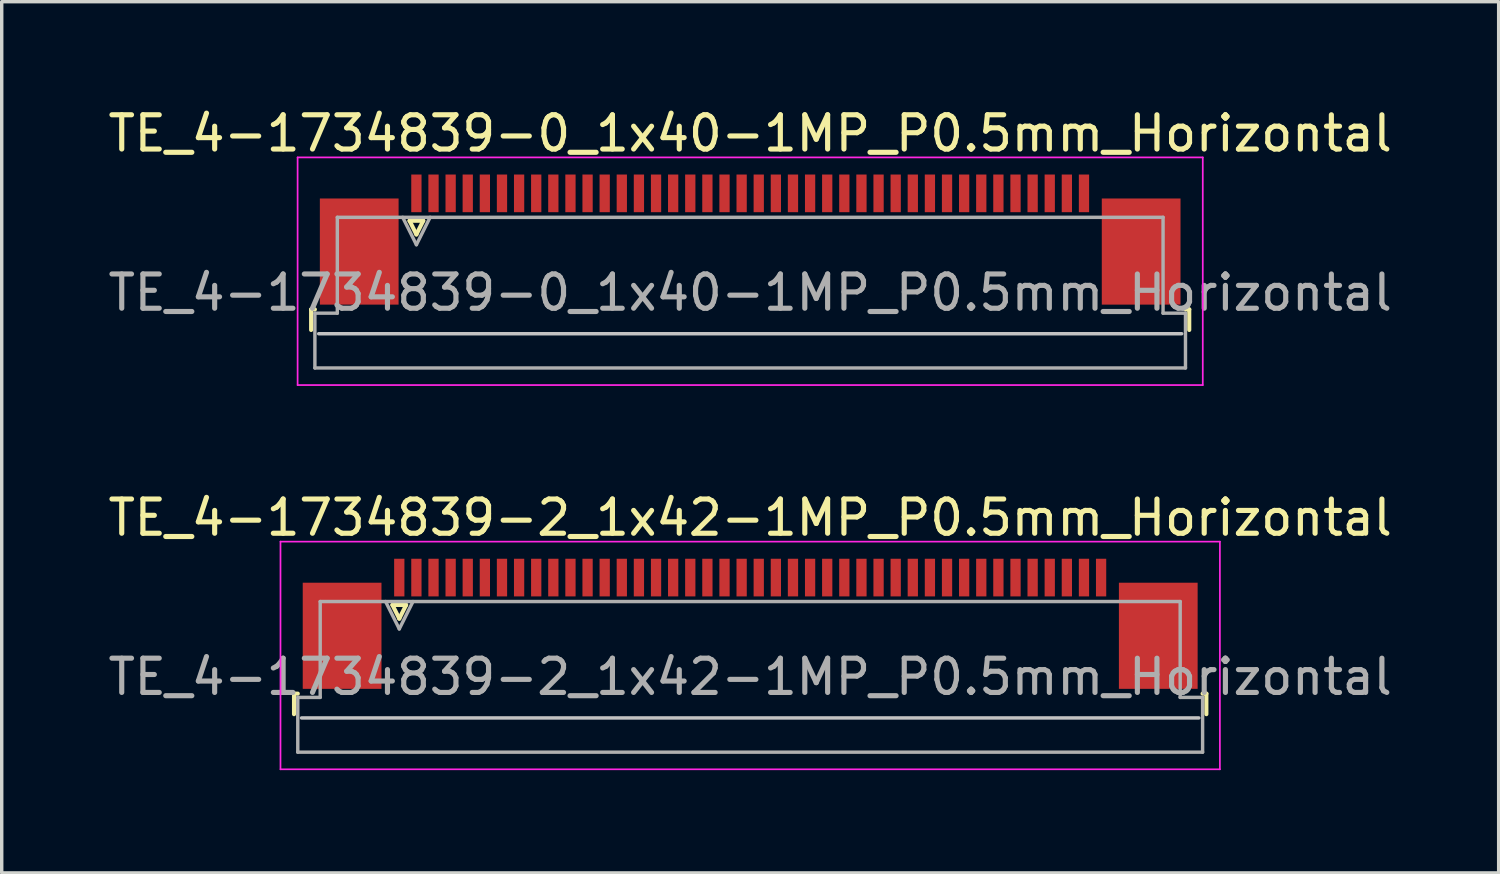
<source format=kicad_pcb>
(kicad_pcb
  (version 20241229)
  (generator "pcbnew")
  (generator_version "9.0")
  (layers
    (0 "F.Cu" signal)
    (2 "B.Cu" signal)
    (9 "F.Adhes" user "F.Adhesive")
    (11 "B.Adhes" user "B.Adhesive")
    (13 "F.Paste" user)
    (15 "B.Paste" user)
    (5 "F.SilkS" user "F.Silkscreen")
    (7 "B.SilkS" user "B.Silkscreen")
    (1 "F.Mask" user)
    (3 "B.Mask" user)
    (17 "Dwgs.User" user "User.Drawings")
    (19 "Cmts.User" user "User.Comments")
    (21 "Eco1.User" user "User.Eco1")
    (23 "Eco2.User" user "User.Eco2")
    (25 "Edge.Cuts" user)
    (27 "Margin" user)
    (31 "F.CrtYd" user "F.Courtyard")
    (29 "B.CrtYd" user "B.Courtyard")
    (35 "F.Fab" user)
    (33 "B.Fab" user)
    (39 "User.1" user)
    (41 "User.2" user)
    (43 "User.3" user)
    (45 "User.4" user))
  (footprint "TE_4-1734839-2_1x42-1MP_P0.5mm_Horizontal"
    (layer "F.Cu")
    (at 18.863 15.171)
    (property "Reference" "TE_4-1734839-2_1x42-1MP_P0.5mm_Horizontal" (at 0 -3.1 0) (layer "F.SilkS") (effects (font (size 1 1) (thickness 0.15))))
    (attr smd)
    (fp_line (start -13.325 2.04) (end -13.325 2.64) (stroke (width 0.12) (type solid)) (layer "F.SilkS"))
    (fp_line (start -13.215 2.04) (end -13.325 2.04) (stroke (width 0.12) (type solid)) (layer "F.SilkS"))
    (fp_line (start -10.45 -0.55) (end -10.25 -0.15) (stroke (width 0.12) (type solid)) (layer "F.SilkS"))
    (fp_line (start -10.25 -0.15) (end -10.05 -0.55) (stroke (width 0.12) (type solid)) (layer "F.SilkS"))
    (fp_line (start -10.05 -0.55) (end -10.45 -0.55) (stroke (width 0.12) (type solid)) (layer "F.SilkS"))
    (fp_line (start 13.215 2.04) (end 13.325 2.04) (stroke (width 0.12) (type solid)) (layer "F.SilkS"))
    (fp_line (start 13.325 2.04) (end 13.325 2.64) (stroke (width 0.12) (type solid)) (layer "F.SilkS"))
    (fp_line (start 13.105 2.75) (end -13.105 2.75) (stroke (width 0.1) (type solid)) (layer "Dwgs.User"))
    (fp_line (start -13.72 -2.4) (end -13.72 4.25) (stroke (width 0.05) (type solid)) (layer "F.CrtYd"))
    (fp_line (start -13.72 4.25) (end 13.72 4.25) (stroke (width 0.05) (type solid)) (layer "F.CrtYd"))
    (fp_line (start 13.72 -2.4) (end -13.72 -2.4) (stroke (width 0.05) (type solid)) (layer "F.CrtYd"))
    (fp_line (start 13.72 4.25) (end 13.72 -2.4) (stroke (width 0.05) (type solid)) (layer "F.CrtYd"))
    (fp_line (start -13.215 2.15) (end -12.56 2.15) (stroke (width 0.1) (type solid)) (layer "F.Fab"))
    (fp_line (start -13.215 3.75) (end -13.215 2.15) (stroke (width 0.1) (type solid)) (layer "F.Fab"))
    (fp_line (start -12.56 -0.65) (end 12.56 -0.65) (stroke (width 0.1) (type solid)) (layer "F.Fab"))
    (fp_line (start -12.56 2.15) (end -12.56 -0.65) (stroke (width 0.1) (type solid)) (layer "F.Fab"))
    (fp_line (start -10.65 -0.65) (end -10.25 0.15) (stroke (width 0.1) (type solid)) (layer "F.Fab"))
    (fp_line (start -10.25 0.15) (end -9.85 -0.65) (stroke (width 0.1) (type solid)) (layer "F.Fab"))
    (fp_line (start 12.56 -0.65) (end 12.56 2.15) (stroke (width 0.1) (type solid)) (layer "F.Fab"))
    (fp_line (start 12.56 2.15) (end 13.215 2.15) (stroke (width 0.1) (type solid)) (layer "F.Fab"))
    (fp_line (start 13.215 2.15) (end 13.215 3.75) (stroke (width 0.1) (type solid)) (layer "F.Fab"))
    (fp_line (start 13.215 3.75) (end -13.215 3.75) (stroke (width 0.1) (type solid)) (layer "F.Fab"))
    (fp_text user "${REFERENCE}" (at 0 1.55 0) (layer "F.Fab") (effects (font (size 1 1) (thickness 0.15))))
    (pad "1" smd rect (at -10.25 -1.35) (size 0.3 1.1) (layers "F.Cu" "F.Mask" "F.Paste"))
    (pad "2" smd rect (at -9.75 -1.35) (size 0.3 1.1) (layers "F.Cu" "F.Mask" "F.Paste"))
    (pad "3" smd rect (at -9.25 -1.35) (size 0.3 1.1) (layers "F.Cu" "F.Mask" "F.Paste"))
    (pad "4" smd rect (at -8.75 -1.35) (size 0.3 1.1) (layers "F.Cu" "F.Mask" "F.Paste"))
    (pad "5" smd rect (at -8.25 -1.35) (size 0.3 1.1) (layers "F.Cu" "F.Mask" "F.Paste"))
    (pad "6" smd rect (at -7.75 -1.35) (size 0.3 1.1) (layers "F.Cu" "F.Mask" "F.Paste"))
    (pad "7" smd rect (at -7.25 -1.35) (size 0.3 1.1) (layers "F.Cu" "F.Mask" "F.Paste"))
    (pad "8" smd rect (at -6.75 -1.35) (size 0.3 1.1) (layers "F.Cu" "F.Mask" "F.Paste"))
    (pad "9" smd rect (at -6.25 -1.35) (size 0.3 1.1) (layers "F.Cu" "F.Mask" "F.Paste"))
    (pad "10" smd rect (at -5.75 -1.35) (size 0.3 1.1) (layers "F.Cu" "F.Mask" "F.Paste"))
    (pad "11" smd rect (at -5.25 -1.35) (size 0.3 1.1) (layers "F.Cu" "F.Mask" "F.Paste"))
    (pad "12" smd rect (at -4.75 -1.35) (size 0.3 1.1) (layers "F.Cu" "F.Mask" "F.Paste"))
    (pad "13" smd rect (at -4.25 -1.35) (size 0.3 1.1) (layers "F.Cu" "F.Mask" "F.Paste"))
    (pad "14" smd rect (at -3.75 -1.35) (size 0.3 1.1) (layers "F.Cu" "F.Mask" "F.Paste"))
    (pad "15" smd rect (at -3.25 -1.35) (size 0.3 1.1) (layers "F.Cu" "F.Mask" "F.Paste"))
    (pad "16" smd rect (at -2.75 -1.35) (size 0.3 1.1) (layers "F.Cu" "F.Mask" "F.Paste"))
    (pad "17" smd rect (at -2.25 -1.35) (size 0.3 1.1) (layers "F.Cu" "F.Mask" "F.Paste"))
    (pad "18" smd rect (at -1.75 -1.35) (size 0.3 1.1) (layers "F.Cu" "F.Mask" "F.Paste"))
    (pad "19" smd rect (at -1.25 -1.35) (size 0.3 1.1) (layers "F.Cu" "F.Mask" "F.Paste"))
    (pad "20" smd rect (at -0.75 -1.35) (size 0.3 1.1) (layers "F.Cu" "F.Mask" "F.Paste"))
    (pad "21" smd rect (at -0.25 -1.35) (size 0.3 1.1) (layers "F.Cu" "F.Mask" "F.Paste"))
    (pad "22" smd rect (at 0.25 -1.35) (size 0.3 1.1) (layers "F.Cu" "F.Mask" "F.Paste"))
    (pad "23" smd rect (at 0.75 -1.35) (size 0.3 1.1) (layers "F.Cu" "F.Mask" "F.Paste"))
    (pad "24" smd rect (at 1.25 -1.35) (size 0.3 1.1) (layers "F.Cu" "F.Mask" "F.Paste"))
    (pad "25" smd rect (at 1.75 -1.35) (size 0.3 1.1) (layers "F.Cu" "F.Mask" "F.Paste"))
    (pad "26" smd rect (at 2.25 -1.35) (size 0.3 1.1) (layers "F.Cu" "F.Mask" "F.Paste"))
    (pad "27" smd rect (at 2.75 -1.35) (size 0.3 1.1) (layers "F.Cu" "F.Mask" "F.Paste"))
    (pad "28" smd rect (at 3.25 -1.35) (size 0.3 1.1) (layers "F.Cu" "F.Mask" "F.Paste"))
    (pad "29" smd rect (at 3.75 -1.35) (size 0.3 1.1) (layers "F.Cu" "F.Mask" "F.Paste"))
    (pad "30" smd rect (at 4.25 -1.35) (size 0.3 1.1) (layers "F.Cu" "F.Mask" "F.Paste"))
    (pad "31" smd rect (at 4.75 -1.35) (size 0.3 1.1) (layers "F.Cu" "F.Mask" "F.Paste"))
    (pad "32" smd rect (at 5.25 -1.35) (size 0.3 1.1) (layers "F.Cu" "F.Mask" "F.Paste"))
    (pad "33" smd rect (at 5.75 -1.35) (size 0.3 1.1) (layers "F.Cu" "F.Mask" "F.Paste"))
    (pad "34" smd rect (at 6.25 -1.35) (size 0.3 1.1) (layers "F.Cu" "F.Mask" "F.Paste"))
    (pad "35" smd rect (at 6.75 -1.35) (size 0.3 1.1) (layers "F.Cu" "F.Mask" "F.Paste"))
    (pad "36" smd rect (at 7.25 -1.35) (size 0.3 1.1) (layers "F.Cu" "F.Mask" "F.Paste"))
    (pad "37" smd rect (at 7.75 -1.35) (size 0.3 1.1) (layers "F.Cu" "F.Mask" "F.Paste"))
    (pad "38" smd rect (at 8.25 -1.35) (size 0.3 1.1) (layers "F.Cu" "F.Mask" "F.Paste"))
    (pad "39" smd rect (at 8.75 -1.35) (size 0.3 1.1) (layers "F.Cu" "F.Mask" "F.Paste"))
    (pad "40" smd rect (at 9.25 -1.35) (size 0.3 1.1) (layers "F.Cu" "F.Mask" "F.Paste"))
    (pad "41" smd rect (at 9.75 -1.35) (size 0.3 1.1) (layers "F.Cu" "F.Mask" "F.Paste"))
    (pad "42" smd rect (at 10.25 -1.35) (size 0.3 1.1) (layers "F.Cu" "F.Mask" "F.Paste"))
    (pad "MP" smd rect (at -11.92 0.35) (size 2.3 3.1) (layers "F.Cu" "F.Mask" "F.Paste"))
    (pad "MP" smd rect (at 11.92 0.35) (size 2.3 3.1) (layers "F.Cu" "F.Mask" "F.Paste")))
  (footprint "TE_4-1734839-0_1x40-1MP_P0.5mm_Horizontal"
    (layer "F.Cu")
    (at 18.863 3.948)
    (property "Reference" "TE_4-1734839-0_1x40-1MP_P0.5mm_Horizontal" (at 0 -3.1 0) (layer "F.SilkS") (effects (font (size 1 1) (thickness 0.15))))
    (attr smd)
    (fp_line (start -12.825 2.04) (end -12.825 2.64) (stroke (width 0.12) (type solid)) (layer "F.SilkS"))
    (fp_line (start -12.715 2.04) (end -12.825 2.04) (stroke (width 0.12) (type solid)) (layer "F.SilkS"))
    (fp_line (start -9.95 -0.55) (end -9.75 -0.15) (stroke (width 0.12) (type solid)) (layer "F.SilkS"))
    (fp_line (start -9.75 -0.15) (end -9.55 -0.55) (stroke (width 0.12) (type solid)) (layer "F.SilkS"))
    (fp_line (start -9.55 -0.55) (end -9.95 -0.55) (stroke (width 0.12) (type solid)) (layer "F.SilkS"))
    (fp_line (start 12.715 2.04) (end 12.825 2.04) (stroke (width 0.12) (type solid)) (layer "F.SilkS"))
    (fp_line (start 12.825 2.04) (end 12.825 2.64) (stroke (width 0.12) (type solid)) (layer "F.SilkS"))
    (fp_line (start 12.605 2.75) (end -12.605 2.75) (stroke (width 0.1) (type solid)) (layer "Dwgs.User"))
    (fp_line (start -13.22 -2.4) (end -13.22 4.25) (stroke (width 0.05) (type solid)) (layer "F.CrtYd"))
    (fp_line (start -13.22 4.25) (end 13.22 4.25) (stroke (width 0.05) (type solid)) (layer "F.CrtYd"))
    (fp_line (start 13.22 -2.4) (end -13.22 -2.4) (stroke (width 0.05) (type solid)) (layer "F.CrtYd"))
    (fp_line (start 13.22 4.25) (end 13.22 -2.4) (stroke (width 0.05) (type solid)) (layer "F.CrtYd"))
    (fp_line (start -12.715 2.15) (end -12.06 2.15) (stroke (width 0.1) (type solid)) (layer "F.Fab"))
    (fp_line (start -12.715 3.75) (end -12.715 2.15) (stroke (width 0.1) (type solid)) (layer "F.Fab"))
    (fp_line (start -12.06 -0.65) (end 12.06 -0.65) (stroke (width 0.1) (type solid)) (layer "F.Fab"))
    (fp_line (start -12.06 2.15) (end -12.06 -0.65) (stroke (width 0.1) (type solid)) (layer "F.Fab"))
    (fp_line (start -10.15 -0.65) (end -9.75 0.15) (stroke (width 0.1) (type solid)) (layer "F.Fab"))
    (fp_line (start -9.75 0.15) (end -9.35 -0.65) (stroke (width 0.1) (type solid)) (layer "F.Fab"))
    (fp_line (start 12.06 -0.65) (end 12.06 2.15) (stroke (width 0.1) (type solid)) (layer "F.Fab"))
    (fp_line (start 12.06 2.15) (end 12.715 2.15) (stroke (width 0.1) (type solid)) (layer "F.Fab"))
    (fp_line (start 12.715 2.15) (end 12.715 3.75) (stroke (width 0.1) (type solid)) (layer "F.Fab"))
    (fp_line (start 12.715 3.75) (end -12.715 3.75) (stroke (width 0.1) (type solid)) (layer "F.Fab"))
    (fp_text user "${REFERENCE}" (at 0 1.55 0) (layer "F.Fab") (effects (font (size 1 1) (thickness 0.15))))
    (pad "1" smd rect (at -9.75 -1.35) (size 0.3 1.1) (layers "F.Cu" "F.Mask" "F.Paste"))
    (pad "2" smd rect (at -9.25 -1.35) (size 0.3 1.1) (layers "F.Cu" "F.Mask" "F.Paste"))
    (pad "3" smd rect (at -8.75 -1.35) (size 0.3 1.1) (layers "F.Cu" "F.Mask" "F.Paste"))
    (pad "4" smd rect (at -8.25 -1.35) (size 0.3 1.1) (layers "F.Cu" "F.Mask" "F.Paste"))
    (pad "5" smd rect (at -7.75 -1.35) (size 0.3 1.1) (layers "F.Cu" "F.Mask" "F.Paste"))
    (pad "6" smd rect (at -7.25 -1.35) (size 0.3 1.1) (layers "F.Cu" "F.Mask" "F.Paste"))
    (pad "7" smd rect (at -6.75 -1.35) (size 0.3 1.1) (layers "F.Cu" "F.Mask" "F.Paste"))
    (pad "8" smd rect (at -6.25 -1.35) (size 0.3 1.1) (layers "F.Cu" "F.Mask" "F.Paste"))
    (pad "9" smd rect (at -5.75 -1.35) (size 0.3 1.1) (layers "F.Cu" "F.Mask" "F.Paste"))
    (pad "10" smd rect (at -5.25 -1.35) (size 0.3 1.1) (layers "F.Cu" "F.Mask" "F.Paste"))
    (pad "11" smd rect (at -4.75 -1.35) (size 0.3 1.1) (layers "F.Cu" "F.Mask" "F.Paste"))
    (pad "12" smd rect (at -4.25 -1.35) (size 0.3 1.1) (layers "F.Cu" "F.Mask" "F.Paste"))
    (pad "13" smd rect (at -3.75 -1.35) (size 0.3 1.1) (layers "F.Cu" "F.Mask" "F.Paste"))
    (pad "14" smd rect (at -3.25 -1.35) (size 0.3 1.1) (layers "F.Cu" "F.Mask" "F.Paste"))
    (pad "15" smd rect (at -2.75 -1.35) (size 0.3 1.1) (layers "F.Cu" "F.Mask" "F.Paste"))
    (pad "16" smd rect (at -2.25 -1.35) (size 0.3 1.1) (layers "F.Cu" "F.Mask" "F.Paste"))
    (pad "17" smd rect (at -1.75 -1.35) (size 0.3 1.1) (layers "F.Cu" "F.Mask" "F.Paste"))
    (pad "18" smd rect (at -1.25 -1.35) (size 0.3 1.1) (layers "F.Cu" "F.Mask" "F.Paste"))
    (pad "19" smd rect (at -0.75 -1.35) (size 0.3 1.1) (layers "F.Cu" "F.Mask" "F.Paste"))
    (pad "20" smd rect (at -0.25 -1.35) (size 0.3 1.1) (layers "F.Cu" "F.Mask" "F.Paste"))
    (pad "21" smd rect (at 0.25 -1.35) (size 0.3 1.1) (layers "F.Cu" "F.Mask" "F.Paste"))
    (pad "22" smd rect (at 0.75 -1.35) (size 0.3 1.1) (layers "F.Cu" "F.Mask" "F.Paste"))
    (pad "23" smd rect (at 1.25 -1.35) (size 0.3 1.1) (layers "F.Cu" "F.Mask" "F.Paste"))
    (pad "24" smd rect (at 1.75 -1.35) (size 0.3 1.1) (layers "F.Cu" "F.Mask" "F.Paste"))
    (pad "25" smd rect (at 2.25 -1.35) (size 0.3 1.1) (layers "F.Cu" "F.Mask" "F.Paste"))
    (pad "26" smd rect (at 2.75 -1.35) (size 0.3 1.1) (layers "F.Cu" "F.Mask" "F.Paste"))
    (pad "27" smd rect (at 3.25 -1.35) (size 0.3 1.1) (layers "F.Cu" "F.Mask" "F.Paste"))
    (pad "28" smd rect (at 3.75 -1.35) (size 0.3 1.1) (layers "F.Cu" "F.Mask" "F.Paste"))
    (pad "29" smd rect (at 4.25 -1.35) (size 0.3 1.1) (layers "F.Cu" "F.Mask" "F.Paste"))
    (pad "30" smd rect (at 4.75 -1.35) (size 0.3 1.1) (layers "F.Cu" "F.Mask" "F.Paste"))
    (pad "31" smd rect (at 5.25 -1.35) (size 0.3 1.1) (layers "F.Cu" "F.Mask" "F.Paste"))
    (pad "32" smd rect (at 5.75 -1.35) (size 0.3 1.1) (layers "F.Cu" "F.Mask" "F.Paste"))
    (pad "33" smd rect (at 6.25 -1.35) (size 0.3 1.1) (layers "F.Cu" "F.Mask" "F.Paste"))
    (pad "34" smd rect (at 6.75 -1.35) (size 0.3 1.1) (layers "F.Cu" "F.Mask" "F.Paste"))
    (pad "35" smd rect (at 7.25 -1.35) (size 0.3 1.1) (layers "F.Cu" "F.Mask" "F.Paste"))
    (pad "36" smd rect (at 7.75 -1.35) (size 0.3 1.1) (layers "F.Cu" "F.Mask" "F.Paste"))
    (pad "37" smd rect (at 8.25 -1.35) (size 0.3 1.1) (layers "F.Cu" "F.Mask" "F.Paste"))
    (pad "38" smd rect (at 8.75 -1.35) (size 0.3 1.1) (layers "F.Cu" "F.Mask" "F.Paste"))
    (pad "39" smd rect (at 9.25 -1.35) (size 0.3 1.1) (layers "F.Cu" "F.Mask" "F.Paste"))
    (pad "40" smd rect (at 9.75 -1.35) (size 0.3 1.1) (layers "F.Cu" "F.Mask" "F.Paste"))
    (pad "MP" smd rect (at -11.42 0.35) (size 2.3 3.1) (layers "F.Cu" "F.Mask" "F.Paste"))
    (pad "MP" smd rect (at 11.42 0.35) (size 2.3 3.1) (layers "F.Cu" "F.Mask" "F.Paste")))
  (gr_rect
    (start -3 -3)
    (end 40.726 22.447)
    (stroke (width 0.1) (type default))
    (fill no)
    (layer "Edge.Cuts")))
</source>
